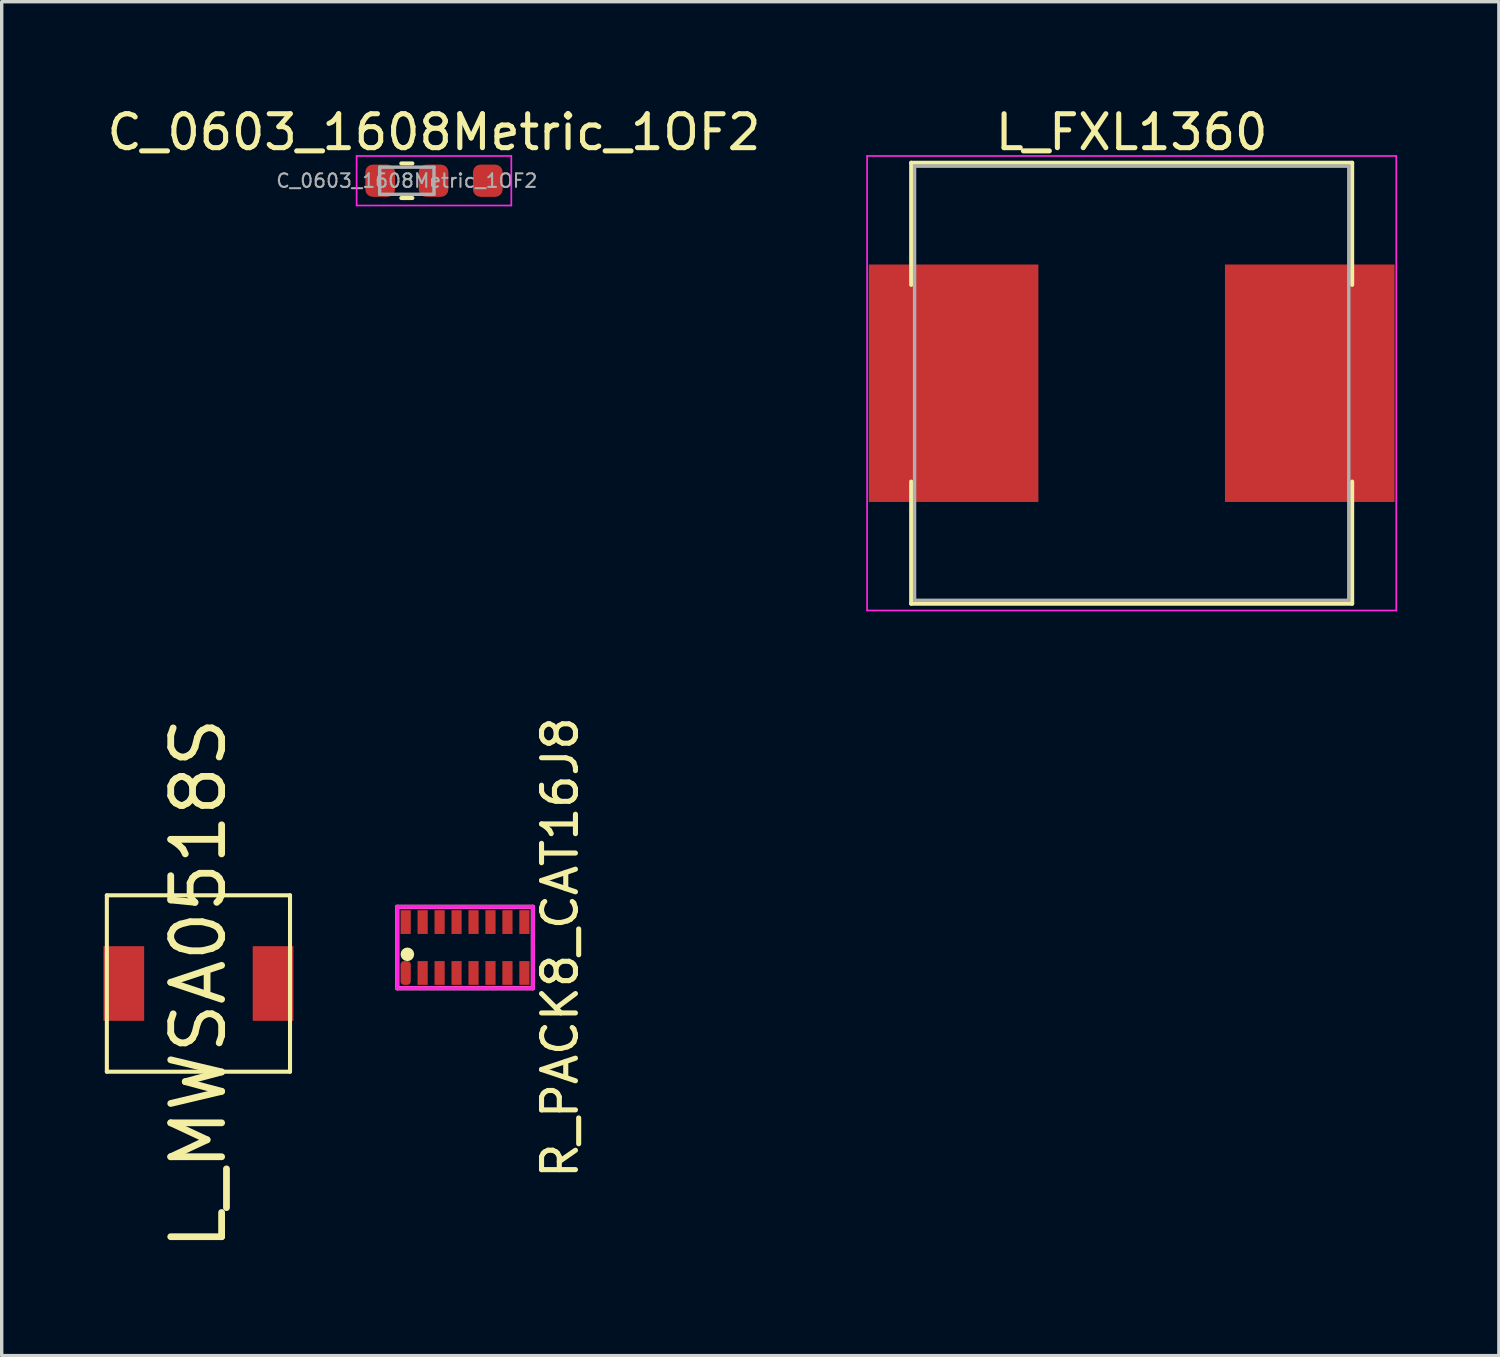
<source format=kicad_pcb>
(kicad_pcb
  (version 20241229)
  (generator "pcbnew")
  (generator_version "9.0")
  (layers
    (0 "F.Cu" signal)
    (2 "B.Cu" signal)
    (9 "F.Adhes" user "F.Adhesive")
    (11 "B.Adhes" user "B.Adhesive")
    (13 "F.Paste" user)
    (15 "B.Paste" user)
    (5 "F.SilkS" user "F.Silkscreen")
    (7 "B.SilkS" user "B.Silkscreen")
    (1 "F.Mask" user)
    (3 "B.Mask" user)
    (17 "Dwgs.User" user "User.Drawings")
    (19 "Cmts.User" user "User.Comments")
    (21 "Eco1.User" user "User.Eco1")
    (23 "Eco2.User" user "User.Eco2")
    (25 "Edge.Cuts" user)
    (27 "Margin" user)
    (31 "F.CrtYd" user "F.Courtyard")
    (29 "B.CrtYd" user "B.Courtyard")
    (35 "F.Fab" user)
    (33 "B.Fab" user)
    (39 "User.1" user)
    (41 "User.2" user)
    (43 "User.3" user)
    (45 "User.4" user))
  (footprint "L_MWSA0518S"
    (layer "F.Cu")
    (at 2.8 25.945)
    (property "Reference" "L_MWSA0518S" (at 0 0 90) (layer "F.SilkS") (effects (font (size 1.5 1.5) (thickness 0.2))))
    (attr smd)
    (fp_line (start -2.7 -2.6) (end 2.7 -2.6) (stroke (width 0.12) (type solid)) (layer "F.SilkS"))
    (fp_line (start -2.7 2.6) (end -2.7 -2.6) (stroke (width 0.12) (type solid)) (layer "F.SilkS"))
    (fp_line (start 2.7 -2.6) (end 2.7 2.6) (stroke (width 0.12) (type solid)) (layer "F.SilkS"))
    (fp_line (start 2.7 2.6) (end -2.7 2.6) (stroke (width 0.12) (type solid)) (layer "F.SilkS"))
    (pad "1" smd rect (at -2.2 0) (size 1.2 2.2) (layers "F.Cu" "F.Mask" "F.Paste"))
    (pad "2" smd rect (at 2.2 0) (size 1.2 2.2) (layers "F.Cu" "F.Mask" "F.Paste")))
  (footprint "C_0603_1608Metric_1OF2"
    (layer "F.Cu")
    (at 9.744 2.278)
    (property "Reference" "C_0603_1608Metric_1OF2" (at 0 -1.43 0) (layer "F.SilkS") (effects (font (size 1 1) (thickness 0.15))))
    (attr smd)
    (fp_line (start -0.963 -0.51) (end -0.637 -0.51) (stroke (width 0.12) (type solid)) (layer "F.SilkS"))
    (fp_line (start -0.963 0.51) (end -0.637 0.51) (stroke (width 0.12) (type solid)) (layer "F.SilkS"))
    (fp_line (start -2.28 -0.73) (end 2.28 -0.73) (stroke (width 0.05) (type solid)) (layer "F.CrtYd"))
    (fp_line (start -2.28 0.73) (end -2.28 -0.73) (stroke (width 0.05) (type solid)) (layer "F.CrtYd"))
    (fp_line (start 2.28 -0.73) (end 2.28 0.73) (stroke (width 0.05) (type solid)) (layer "F.CrtYd"))
    (fp_line (start 2.28 0.73) (end -2.28 0.73) (stroke (width 0.05) (type solid)) (layer "F.CrtYd"))
    (fp_line (start -1.6 -0.4) (end 0 -0.4) (stroke (width 0.1) (type solid)) (layer "F.Fab"))
    (fp_line (start -1.6 0.4) (end -1.6 -0.4) (stroke (width 0.1) (type solid)) (layer "F.Fab"))
    (fp_line (start 0 -0.4) (end 0 0.4) (stroke (width 0.1) (type solid)) (layer "F.Fab"))
    (fp_line (start 0 0.4) (end -1.6 0.4) (stroke (width 0.1) (type solid)) (layer "F.Fab"))
    (fp_text user "${REFERENCE}" (at -0.8 0 0) (layer "F.Fab") (effects (font (size 0.4 0.4) (thickness 0.06))))
    (pad "1" smd roundrect (at -1.587 0) (size 0.875 0.95) (layers "F.Cu" "F.Mask" "F.Paste") (roundrect_rratio 0.25))
    (pad "2" smd roundrect (at -0.013 0) (size 0.875 0.95) (layers "F.Cu" "F.Mask" "F.Paste") (roundrect_rratio 0.25))
    (pad "3" smd roundrect (at 1.587 0) (size 0.875 0.95) (layers "F.Cu" "F.Mask" "F.Paste") (roundrect_rratio 0.25)))
  (footprint "L_FXL1360"
    (layer "F.Cu")
    (at 30.313 8.248)
    (property "Reference" "L_FXL1360" (at 0 -7.4 0) (layer "F.SilkS") (effects (font (size 1 1) (thickness 0.15))))
    (attr smd)
    (fp_line (start -6.5 -6.5) (end 6.5 -6.5) (stroke (width 0.12) (type solid)) (layer "F.SilkS"))
    (fp_line (start -6.5 -2.9) (end -6.5 -6.5) (stroke (width 0.12) (type solid)) (layer "F.SilkS"))
    (fp_line (start -6.5 2.9) (end -6.5 6.5) (stroke (width 0.12) (type solid)) (layer "F.SilkS"))
    (fp_line (start -6.5 6.5) (end 6.5 6.5) (stroke (width 0.12) (type solid)) (layer "F.SilkS"))
    (fp_line (start 6.5 -6.5) (end 6.5 -2.9) (stroke (width 0.12) (type solid)) (layer "F.SilkS"))
    (fp_line (start 6.5 6.5) (end 6.5 2.9) (stroke (width 0.12) (type solid)) (layer "F.SilkS"))
    (fp_line (start -7.8 -6.7) (end -7.8 6.7) (stroke (width 0.05) (type solid)) (layer "F.CrtYd"))
    (fp_line (start -7.8 6.7) (end 7.8 6.7) (stroke (width 0.05) (type solid)) (layer "F.CrtYd"))
    (fp_line (start 7.8 -6.7) (end -7.8 -6.7) (stroke (width 0.05) (type solid)) (layer "F.CrtYd"))
    (fp_line (start 7.8 6.7) (end 7.8 -6.7) (stroke (width 0.05) (type solid)) (layer "F.CrtYd"))
    (fp_line (start -6.4 -6.4) (end -6.4 6.4) (stroke (width 0.1) (type solid)) (layer "F.Fab"))
    (fp_line (start -6.4 6.4) (end 6.4 6.4) (stroke (width 0.1) (type solid)) (layer "F.Fab"))
    (fp_line (start 6.4 -6.4) (end -6.4 -6.4) (stroke (width 0.1) (type solid)) (layer "F.Fab"))
    (fp_line (start 6.4 6.4) (end 6.4 -6.4) (stroke (width 0.1) (type solid)) (layer "F.Fab"))
    (pad "1" smd rect (at -5.25 0) (size 5 7) (layers "F.Cu" "F.Mask" "F.Paste"))
    (pad "2" smd rect (at 5.25 0) (size 5 7) (layers "F.Cu" "F.Mask" "F.Paste")))
  (footprint "R_PACK8_CAT16J8"
    (layer "F.Cu")
    (at 10.66 24.884)
    (property "Reference" "R_PACK8_CAT16J8" (at 2.8 0 90) (layer "F.SilkS") (effects (font (size 1 1) (thickness 0.15))))
    (attr through_hole)
    (fp_line (start -2 -1.2) (end 2 -1.2) (stroke (width 0.12) (type solid)) (layer "F.SilkS"))
    (fp_line (start -2 1.2) (end -2 -1.2) (stroke (width 0.12) (type solid)) (layer "F.SilkS"))
    (fp_line (start 2 -1.2) (end 2 1.2) (stroke (width 0.12) (type solid)) (layer "F.SilkS"))
    (fp_line (start 2 1.2) (end -2 1.2) (stroke (width 0.12) (type solid)) (layer "F.SilkS"))
    (fp_circle (center -1.7 0.2) (end -1.6 0.2) (stroke (width 0.2) (type solid)) (fill no) (layer "F.SilkS"))
    (fp_line (start -2 -1.2) (end 2 -1.2) (stroke (width 0.12) (type solid)) (layer "F.CrtYd"))
    (fp_line (start -2 1.2) (end -2 -1.2) (stroke (width 0.12) (type solid)) (layer "F.CrtYd"))
    (fp_line (start 2 -1.2) (end 2 1.2) (stroke (width 0.12) (type solid)) (layer "F.CrtYd"))
    (fp_line (start 2 1.2) (end -2 1.2) (stroke (width 0.12) (type solid)) (layer "F.CrtYd"))
    (pad "1" smd roundrect (at -1.75 0.75) (size 0.3 0.7) (layers "F.Cu" "F.Mask" "F.Paste") (roundrect_rratio 0.333))
    (pad "2" smd rect (at -1.25 0.75) (size 0.3 0.7) (layers "F.Cu" "F.Mask" "F.Paste"))
    (pad "3" smd rect (at -0.75 0.75) (size 0.3 0.7) (layers "F.Cu" "F.Mask" "F.Paste"))
    (pad "4" smd rect (at -0.25 0.75) (size 0.3 0.7) (layers "F.Cu" "F.Mask" "F.Paste"))
    (pad "5" smd rect (at 0.25 0.75) (size 0.3 0.7) (layers "F.Cu" "F.Mask" "F.Paste"))
    (pad "6" smd rect (at 0.75 0.75) (size 0.3 0.7) (layers "F.Cu" "F.Mask" "F.Paste"))
    (pad "7" smd rect (at 1.25 0.75) (size 0.3 0.7) (layers "F.Cu" "F.Mask" "F.Paste"))
    (pad "8" smd rect (at 1.75 0.75) (size 0.3 0.7) (layers "F.Cu" "F.Mask" "F.Paste"))
    (pad "9" smd rect (at 1.75 -0.75) (size 0.3 0.7) (layers "F.Cu" "F.Mask" "F.Paste"))
    (pad "10" smd rect (at 1.25 -0.75) (size 0.3 0.7) (layers "F.Cu" "F.Mask" "F.Paste"))
    (pad "11" smd rect (at 0.75 -0.75) (size 0.3 0.7) (layers "F.Cu" "F.Mask" "F.Paste"))
    (pad "12" smd rect (at 0.25 -0.75) (size 0.3 0.7) (layers "F.Cu" "F.Mask" "F.Paste"))
    (pad "13" smd rect (at -0.25 -0.75) (size 0.3 0.7) (layers "F.Cu" "F.Mask" "F.Paste"))
    (pad "14" smd rect (at -0.75 -0.75) (size 0.3 0.7) (layers "F.Cu" "F.Mask" "F.Paste"))
    (pad "15" smd rect (at -1.25 -0.75) (size 0.3 0.7) (layers "F.Cu" "F.Mask" "F.Paste"))
    (pad "16" smd rect (at -1.75 -0.75) (size 0.3 0.7) (layers "F.Cu" "F.Mask" "F.Paste")))
  (gr_rect
    (start -3 -3)
    (end 41.138 36.916)
    (stroke (width 0.1) (type default))
    (fill no)
    (layer "Edge.Cuts")))
</source>
